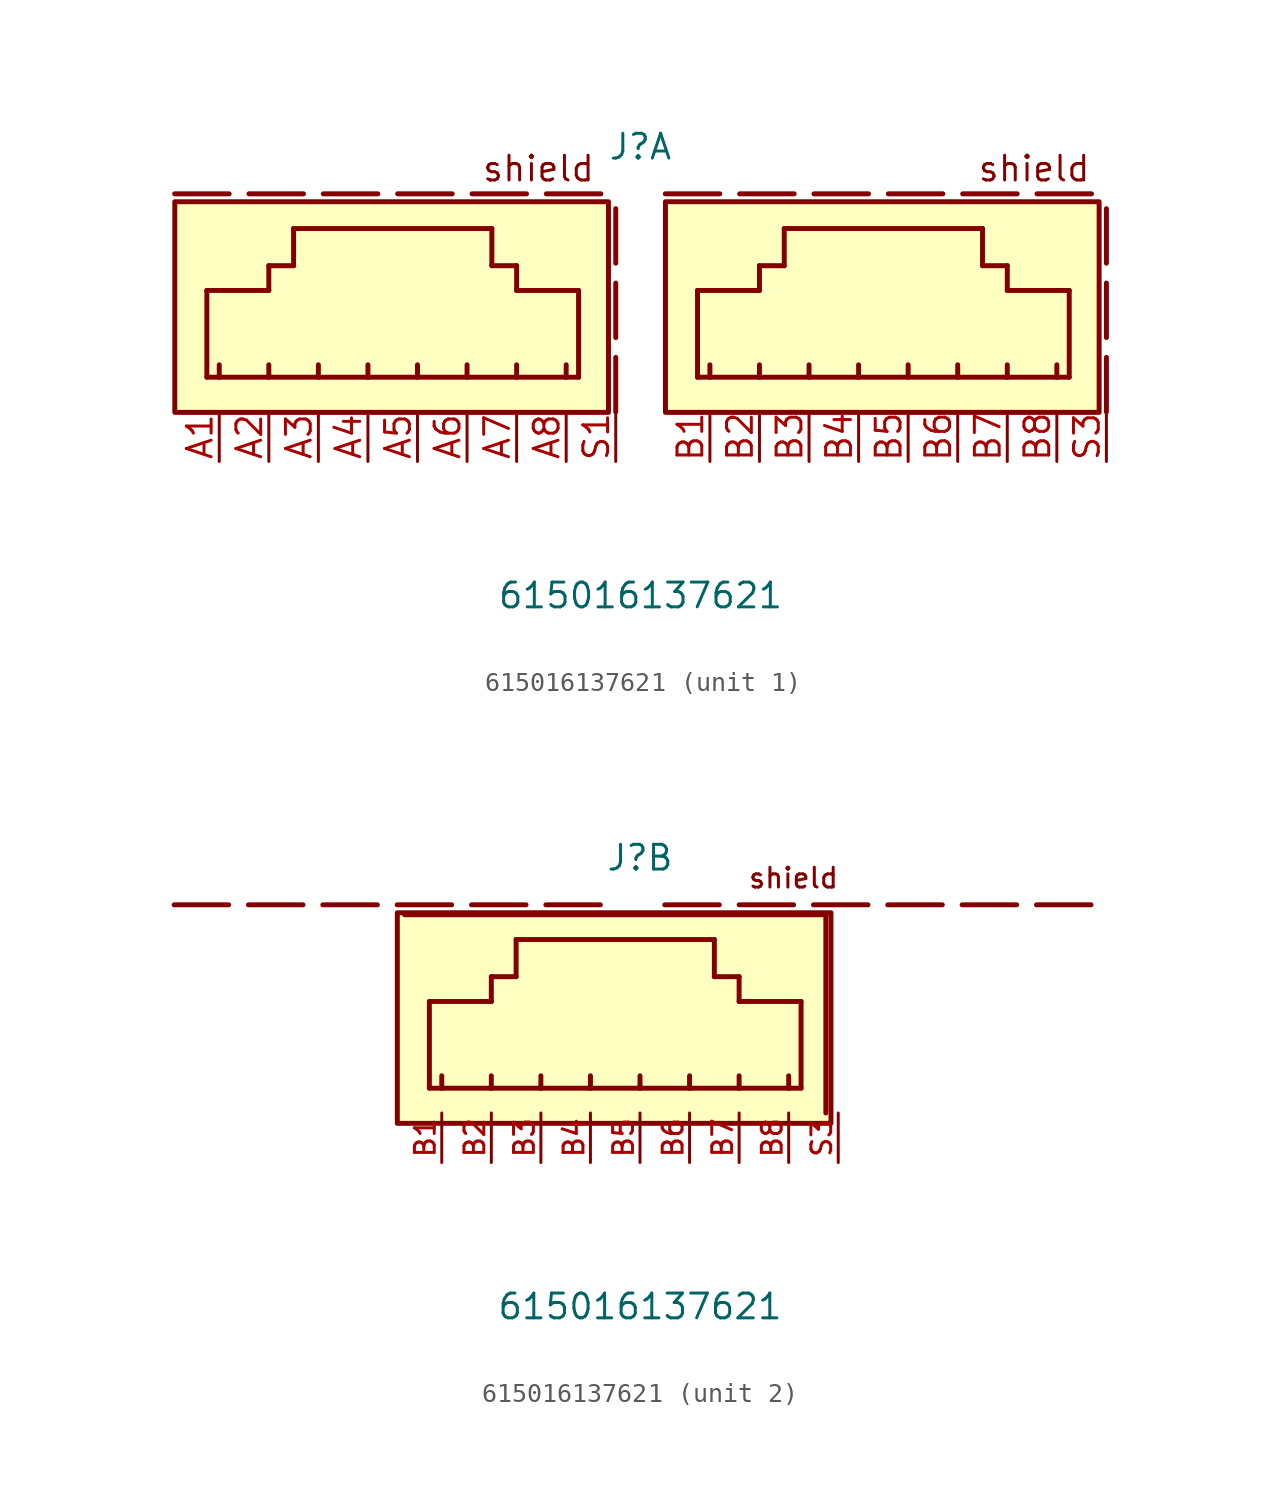
<source format=kicad_sym>
(kicad_symbol_lib
  (version 20220914)
  (generator kicad_symbol_editor)
  (symbol "615016137621"
    (property "Reference" "J"
      (at 0 8 0)
      (effects (font (size 1.27 1.27))))
    (property "Value" "615016137621"
      (at 0 -15 0)
      (effects (font (size 1.27 1.27))))
    (symbol "615016137621_0_0"
      (polyline (pts (xy -23.876 5.588) (xy -1.27 5.588)) (stroke (width 0.254) (type dash)) (fill (type none)))
      (polyline (pts (xy 1.27 5.588) (xy 23.876 5.588)) (stroke (width 0.254) (type dash)) (fill (type none))))
    (symbol "615016137621_1_0"
      (rectangle (start -23.868 5.183) (end -1.643 -5.612) (stroke (width 0.254) (type default)) (fill (type background)))
      (polyline (pts (xy -22.225 -3.81) (xy -22.225 0.635)) (stroke (width 0.254) (type default)) (fill (type none)))
      (polyline (pts (xy -22.225 0.635) (xy -19.05 0.635)) (stroke (width 0.254) (type default)) (fill (type none)))
      (polyline (pts (xy -21.59 -3.81) (xy -22.225 -3.81)) (stroke (width 0.254) (type default)) (fill (type none)))
      (polyline (pts (xy -21.59 -3.81) (xy -21.59 -3.175)) (stroke (width 0.254) (type default)) (fill (type none)))
      (polyline (pts (xy -19.05 -3.81) (xy -21.59 -3.81)) (stroke (width 0.254) (type default)) (fill (type none)))
      (polyline (pts (xy -19.05 -3.81) (xy -19.05 -3.175)) (stroke (width 0.254) (type default)) (fill (type none)))
      (polyline (pts (xy -19.05 0.635) (xy -19.05 1.905)) (stroke (width 0.254) (type default)) (fill (type none)))
      (polyline (pts (xy -19.05 1.905) (xy -17.78 1.905)) (stroke (width 0.254) (type default)) (fill (type none)))
      (polyline (pts (xy -17.78 1.905) (xy -17.78 3.81)) (stroke (width 0.254) (type default)) (fill (type none)))
      (polyline (pts (xy -17.78 3.81) (xy -7.62 3.81)) (stroke (width 0.254) (type default)) (fill (type none)))
      (polyline (pts (xy -16.51 -3.81) (xy -19.05 -3.81)) (stroke (width 0.254) (type default)) (fill (type none)))
      (polyline (pts (xy -16.51 -3.81) (xy -16.51 -3.175)) (stroke (width 0.254) (type default)) (fill (type none)))
      (polyline (pts (xy -13.97 -3.81) (xy -16.51 -3.81)) (stroke (width 0.254) (type default)) (fill (type none)))
      (polyline (pts (xy -13.97 -3.81) (xy -13.97 -3.175)) (stroke (width 0.254) (type default)) (fill (type none)))
      (polyline (pts (xy -11.43 -3.81) (xy -13.97 -3.81)) (stroke (width 0.254) (type default)) (fill (type none)))
      (polyline (pts (xy -11.43 -3.81) (xy -11.43 -3.175)) (stroke (width 0.254) (type default)) (fill (type none)))
      (polyline (pts (xy -8.89 -3.81) (xy -11.43 -3.81)) (stroke (width 0.254) (type default)) (fill (type none)))
      (polyline (pts (xy -8.89 -3.81) (xy -8.89 -3.175)) (stroke (width 0.254) (type default)) (fill (type none)))
      (polyline (pts (xy -7.62 1.905) (xy -7.62 3.81)) (stroke (width 0.254) (type default)) (fill (type none)))
      (polyline (pts (xy -6.35 -3.81) (xy -8.89 -3.81)) (stroke (width 0.254) (type default)) (fill (type none)))
      (polyline (pts (xy -6.35 -3.81) (xy -6.35 -3.175)) (stroke (width 0.254) (type default)) (fill (type none)))
      (polyline (pts (xy -6.35 0.635) (xy -6.35 1.905)) (stroke (width 0.254) (type default)) (fill (type none)))
      (polyline (pts (xy -6.35 1.905) (xy -7.62 1.905)) (stroke (width 0.254) (type default)) (fill (type none)))
      (polyline (pts (xy -3.81 -3.81) (xy -6.35 -3.81)) (stroke (width 0.254) (type default)) (fill (type none)))
      (polyline (pts (xy -3.81 -3.81) (xy -3.81 -3.175)) (stroke (width 0.254) (type default)) (fill (type none)))
      (polyline (pts (xy -3.175 -3.81) (xy -3.81 -3.81)) (stroke (width 0.254) (type default)) (fill (type none)))
      (polyline (pts (xy -3.175 0.635) (xy -6.35 0.635)) (stroke (width 0.254) (type default)) (fill (type none)))
      (polyline (pts (xy -3.175 0.635) (xy -3.175 -3.81)) (stroke (width 0.254) (type default)) (fill (type none)))
      (polyline (pts (xy -1.27 4.826) (xy -1.27 -6.35)) (stroke (width 0.254) (type dash)) (fill (type none)))
      (polyline (pts (xy 2.921 -3.81) (xy 2.921 0.635)) (stroke (width 0.254) (type default)) (fill (type none)))
      (polyline (pts (xy 2.921 0.635) (xy 6.096 0.635)) (stroke (width 0.254) (type default)) (fill (type none)))
      (polyline (pts (xy 3.556 -3.81) (xy 2.921 -3.81)) (stroke (width 0.254) (type default)) (fill (type none)))
      (polyline (pts (xy 3.556 -3.81) (xy 3.556 -3.175)) (stroke (width 0.254) (type default)) (fill (type none)))
      (polyline (pts (xy 6.096 -3.81) (xy 3.556 -3.81)) (stroke (width 0.254) (type default)) (fill (type none)))
      (polyline (pts (xy 6.096 -3.81) (xy 6.096 -3.175)) (stroke (width 0.254) (type default)) (fill (type none)))
      (polyline (pts (xy 6.096 0.635) (xy 6.096 1.905)) (stroke (width 0.254) (type default)) (fill (type none)))
      (polyline (pts (xy 6.096 1.905) (xy 7.366 1.905)) (stroke (width 0.254) (type default)) (fill (type none)))
      (polyline (pts (xy 7.366 1.905) (xy 7.366 3.81)) (stroke (width 0.254) (type default)) (fill (type none)))
      (polyline (pts (xy 7.366 3.81) (xy 17.526 3.81)) (stroke (width 0.254) (type default)) (fill (type none)))
      (polyline (pts (xy 8.636 -3.81) (xy 6.096 -3.81)) (stroke (width 0.254) (type default)) (fill (type none)))
      (polyline (pts (xy 8.636 -3.81) (xy 8.636 -3.175)) (stroke (width 0.254) (type default)) (fill (type none)))
      (polyline (pts (xy 11.176 -3.81) (xy 8.636 -3.81)) (stroke (width 0.254) (type default)) (fill (type none)))
      (polyline (pts (xy 11.176 -3.81) (xy 11.176 -3.175)) (stroke (width 0.254) (type default)) (fill (type none)))
      (polyline (pts (xy 13.716 -3.81) (xy 11.176 -3.81)) (stroke (width 0.254) (type default)) (fill (type none)))
      (polyline (pts (xy 13.716 -3.81) (xy 13.716 -3.175)) (stroke (width 0.254) (type default)) (fill (type none)))
      (polyline (pts (xy 16.256 -3.81) (xy 13.716 -3.81)) (stroke (width 0.254) (type default)) (fill (type none)))
      (polyline (pts (xy 16.256 -3.81) (xy 16.256 -3.175)) (stroke (width 0.254) (type default)) (fill (type none)))
      (polyline (pts (xy 17.526 1.905) (xy 17.526 3.81)) (stroke (width 0.254) (type default)) (fill (type none)))
      (polyline (pts (xy 18.796 -3.81) (xy 16.256 -3.81)) (stroke (width 0.254) (type default)) (fill (type none)))
      (polyline (pts (xy 18.796 -3.81) (xy 18.796 -3.175)) (stroke (width 0.254) (type default)) (fill (type none)))
      (polyline (pts (xy 18.796 0.635) (xy 18.796 1.905)) (stroke (width 0.254) (type default)) (fill (type none)))
      (polyline (pts (xy 18.796 1.905) (xy 17.526 1.905)) (stroke (width 0.254) (type default)) (fill (type none)))
      (polyline (pts (xy 21.336 -3.81) (xy 18.796 -3.81)) (stroke (width 0.254) (type default)) (fill (type none)))
      (polyline (pts (xy 21.336 -3.81) (xy 21.336 -3.175)) (stroke (width 0.254) (type default)) (fill (type none)))
      (polyline (pts (xy 21.971 -3.81) (xy 21.336 -3.81)) (stroke (width 0.254) (type default)) (fill (type none)))
      (polyline (pts (xy 21.971 0.635) (xy 18.796 0.635)) (stroke (width 0.254) (type default)) (fill (type none)))
      (polyline (pts (xy 21.971 0.635) (xy 21.971 -3.81)) (stroke (width 0.254) (type default)) (fill (type none)))
      (polyline (pts (xy 23.876 4.826) (xy 23.876 -6.35)) (stroke (width 0.254) (type dash)) (fill (type none)))
      (rectangle (start 1.278 5.183) (end 23.503 -5.612) (stroke (width 0.254) (type default)) (fill (type background)))
      (text "shield" (at -2.286 7.62 0) (effects (font (size 1.27 1.27)) (justify right top)))
      (text "shield" (at 23.114 7.62 0) (effects (font (size 1.27 1.27)) (justify right top)))
      (pin passive line (at -21.59 -8.128 90) (length 2.54) (name "~" (effects (font (size 1.27 1.27)))) (number "A1" (effects (font (size 1.27 1.27)))))
      (pin passive line (at -19.05 -8.128 90) (length 2.54) (name "~" (effects (font (size 1.27 1.27)))) (number "A2" (effects (font (size 1.27 1.27)))))
      (pin passive line (at -16.51 -8.128 90) (length 2.54) (name "~" (effects (font (size 1.27 1.27)))) (number "A3" (effects (font (size 1.27 1.27)))))
      (pin passive line (at -13.97 -8.128 90) (length 2.54) (name "~" (effects (font (size 1.27 1.27)))) (number "A4" (effects (font (size 1.27 1.27)))))
      (pin passive line (at -11.43 -8.128 90) (length 2.54) (name "~" (effects (font (size 1.27 1.27)))) (number "A5" (effects (font (size 1.27 1.27)))))
      (pin passive line (at -8.89 -8.128 90) (length 2.54) (name "~" (effects (font (size 1.27 1.27)))) (number "A6" (effects (font (size 1.27 1.27)))))
      (pin passive line (at -6.35 -8.128 90) (length 2.54) (name "~" (effects (font (size 1.27 1.27)))) (number "A7" (effects (font (size 1.27 1.27)))))
      (pin passive line (at -3.81 -8.128 90) (length 2.54) (name "~" (effects (font (size 1.27 1.27)))) (number "A8" (effects (font (size 1.27 1.27)))))
      (pin passive line (at 3.556 -8.128 90) (length 2.54) (name "~" (effects (font (size 1.27 1.27)))) (number "B1" (effects (font (size 1.27 1.27)))))
      (pin passive line (at 6.096 -8.128 90) (length 2.54) (name "~" (effects (font (size 1.27 1.27)))) (number "B2" (effects (font (size 1.27 1.27)))))
      (pin passive line (at 8.636 -8.128 90) (length 2.54) (name "~" (effects (font (size 1.27 1.27)))) (number "B3" (effects (font (size 1.27 1.27)))))
      (pin passive line (at 11.176 -8.128 90) (length 2.54) (name "~" (effects (font (size 1.27 1.27)))) (number "B4" (effects (font (size 1.27 1.27)))))
      (pin passive line (at 13.716 -8.128 90) (length 2.54) (name "~" (effects (font (size 1.27 1.27)))) (number "B5" (effects (font (size 1.27 1.27)))))
      (pin passive line (at 16.256 -8.128 90) (length 2.54) (name "~" (effects (font (size 1.27 1.27)))) (number "B6" (effects (font (size 1.27 1.27)))))
      (pin passive line (at 18.796 -8.128 90) (length 2.54) (name "~" (effects (font (size 1.27 1.27)))) (number "B7" (effects (font (size 1.27 1.27)))))
      (pin passive line (at 21.336 -8.128 90) (length 2.54) (name "~" (effects (font (size 1.27 1.27)))) (number "B8" (effects (font (size 1.27 1.27)))))
      (pin passive line (at -1.27 -8.128 90) (length 2.54) (name "~" (effects (font (size 1.27 1.27)))) (number "S1" (effects (font (size 1.27 1.27)))))
      (pin passive line (at -1.27 -8.128 90) (length 2.54) hide (name "~" (effects (font (size 1.27 1.27)))) (number "S2" (effects (font (size 1.27 1.27)))))
      (pin passive line (at 23.876 -8.128 90) (length 2.54) (name "~" (effects (font (size 1.27 1.27)))) (number "S3" (effects (font (size 1.27 1.27))))))
    (symbol "615016137621_2_0"
      (rectangle (start -12.438 -5.612) (end 9.787 5.183) (stroke (width 0.254) (type default)) (fill (type background)))
      (polyline (pts (xy -12.065 5.08) (xy 9.525 5.08)) (stroke (width 0.254) (type default)) (fill (type none)))
      (polyline (pts (xy -10.795 -3.81) (xy -10.795 0.635)) (stroke (width 0.254) (type default)) (fill (type none)))
      (polyline (pts (xy -10.795 0.635) (xy -7.62 0.635)) (stroke (width 0.254) (type default)) (fill (type none)))
      (polyline (pts (xy -10.16 -3.81) (xy -10.795 -3.81)) (stroke (width 0.254) (type default)) (fill (type none)))
      (polyline (pts (xy -10.16 -3.81) (xy -10.16 -3.175)) (stroke (width 0.254) (type default)) (fill (type none)))
      (polyline (pts (xy -7.62 -3.81) (xy -10.16 -3.81)) (stroke (width 0.254) (type default)) (fill (type none)))
      (polyline (pts (xy -7.62 -3.81) (xy -7.62 -3.175)) (stroke (width 0.254) (type default)) (fill (type none)))
      (polyline (pts (xy -7.62 0.635) (xy -7.62 1.905)) (stroke (width 0.254) (type default)) (fill (type none)))
      (polyline (pts (xy -7.62 1.905) (xy -6.35 1.905)) (stroke (width 0.254) (type default)) (fill (type none)))
      (polyline (pts (xy -6.35 1.905) (xy -6.35 3.81)) (stroke (width 0.254) (type default)) (fill (type none)))
      (polyline (pts (xy -6.35 3.81) (xy 3.81 3.81)) (stroke (width 0.254) (type default)) (fill (type none)))
      (polyline (pts (xy -5.08 -3.81) (xy -7.62 -3.81)) (stroke (width 0.254) (type default)) (fill (type none)))
      (polyline (pts (xy -5.08 -3.81) (xy -5.08 -3.175)) (stroke (width 0.254) (type default)) (fill (type none)))
      (polyline (pts (xy -2.54 -3.81) (xy -5.08 -3.81)) (stroke (width 0.254) (type default)) (fill (type none)))
      (polyline (pts (xy -2.54 -3.81) (xy -2.54 -3.175)) (stroke (width 0.254) (type default)) (fill (type none)))
      (polyline (pts (xy 0 -3.81) (xy -2.54 -3.81)) (stroke (width 0.254) (type default)) (fill (type none)))
      (polyline (pts (xy 0 -3.81) (xy 0 -3.175)) (stroke (width 0.254) (type default)) (fill (type none)))
      (polyline (pts (xy 2.54 -3.81) (xy 0 -3.81)) (stroke (width 0.254) (type default)) (fill (type none)))
      (polyline (pts (xy 2.54 -3.81) (xy 2.54 -3.175)) (stroke (width 0.254) (type default)) (fill (type none)))
      (polyline (pts (xy 3.81 1.905) (xy 3.81 3.81)) (stroke (width 0.254) (type default)) (fill (type none)))
      (polyline (pts (xy 5.08 -3.81) (xy 2.54 -3.81)) (stroke (width 0.254) (type default)) (fill (type none)))
      (polyline (pts (xy 5.08 -3.81) (xy 5.08 -3.175)) (stroke (width 0.254) (type default)) (fill (type none)))
      (polyline (pts (xy 5.08 0.635) (xy 5.08 1.905)) (stroke (width 0.254) (type default)) (fill (type none)))
      (polyline (pts (xy 5.08 1.905) (xy 3.81 1.905)) (stroke (width 0.254) (type default)) (fill (type none)))
      (polyline (pts (xy 7.62 -3.81) (xy 5.08 -3.81)) (stroke (width 0.254) (type default)) (fill (type none)))
      (polyline (pts (xy 7.62 -3.81) (xy 7.62 -3.175)) (stroke (width 0.254) (type default)) (fill (type none)))
      (polyline (pts (xy 8.255 -3.81) (xy 7.62 -3.81)) (stroke (width 0.254) (type default)) (fill (type none)))
      (polyline (pts (xy 8.255 0.635) (xy 5.08 0.635)) (stroke (width 0.254) (type default)) (fill (type none)))
      (polyline (pts (xy 8.255 0.635) (xy 8.255 -3.81)) (stroke (width 0.254) (type default)) (fill (type none)))
      (polyline (pts (xy 9.525 5.08) (xy 9.525 -5.08)) (stroke (width 0.254) (type default)) (fill (type none)))
      (text "shield" (at 5.495 6.365 0) (effects (font (size 1.016 1.016)) (justify left bottom)))
      (pin passive line (at -10.16 -7.62 90) (length 2.54) (name "~" (effects (font (size 1.016 1.016)))) (number "B1" (effects (font (size 1.016 1.016)))))
      (pin passive line (at -7.62 -7.62 90) (length 2.54) (name "~" (effects (font (size 1.016 1.016)))) (number "B2" (effects (font (size 1.016 1.016)))))
      (pin passive line (at -5.08 -7.62 90) (length 2.54) (name "~" (effects (font (size 1.016 1.016)))) (number "B3" (effects (font (size 1.016 1.016)))))
      (pin passive line (at -2.54 -7.62 90) (length 2.54) (name "~" (effects (font (size 1.016 1.016)))) (number "B4" (effects (font (size 1.016 1.016)))))
      (pin passive line (at 0 -7.62 90) (length 2.54) (name "~" (effects (font (size 1.016 1.016)))) (number "B5" (effects (font (size 1.016 1.016)))))
      (pin passive line (at 2.54 -7.62 90) (length 2.54) (name "~" (effects (font (size 1.016 1.016)))) (number "B6" (effects (font (size 1.016 1.016)))))
      (pin passive line (at 5.08 -7.62 90) (length 2.54) (name "~" (effects (font (size 1.016 1.016)))) (number "B7" (effects (font (size 1.016 1.016)))))
      (pin passive line (at 7.62 -7.62 90) (length 2.54) (name "~" (effects (font (size 1.016 1.016)))) (number "B8" (effects (font (size 1.016 1.016)))))
      (pin passive line (at 10.16 -7.62 90) (length 2.54) (name "~" (effects (font (size 1.016 1.016)))) (number "S3" (effects (font (size 1.016 1.016))))))))
</source>
